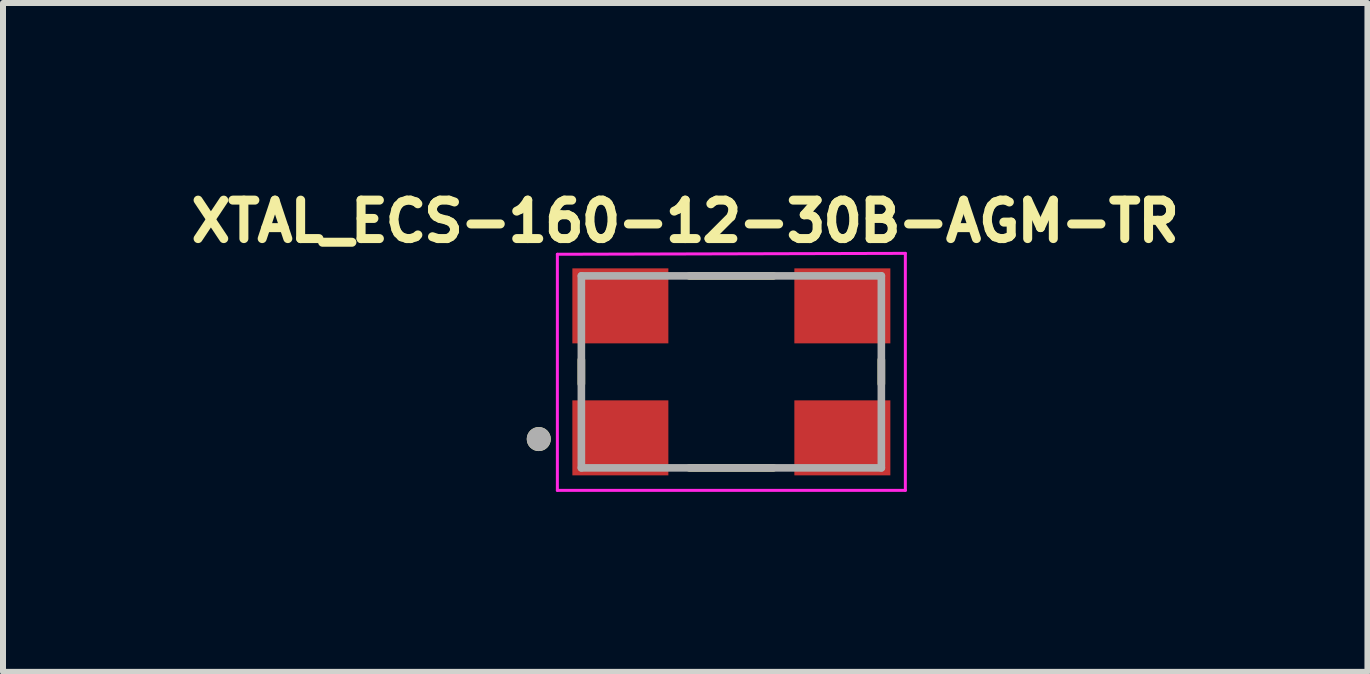
<source format=kicad_pcb>
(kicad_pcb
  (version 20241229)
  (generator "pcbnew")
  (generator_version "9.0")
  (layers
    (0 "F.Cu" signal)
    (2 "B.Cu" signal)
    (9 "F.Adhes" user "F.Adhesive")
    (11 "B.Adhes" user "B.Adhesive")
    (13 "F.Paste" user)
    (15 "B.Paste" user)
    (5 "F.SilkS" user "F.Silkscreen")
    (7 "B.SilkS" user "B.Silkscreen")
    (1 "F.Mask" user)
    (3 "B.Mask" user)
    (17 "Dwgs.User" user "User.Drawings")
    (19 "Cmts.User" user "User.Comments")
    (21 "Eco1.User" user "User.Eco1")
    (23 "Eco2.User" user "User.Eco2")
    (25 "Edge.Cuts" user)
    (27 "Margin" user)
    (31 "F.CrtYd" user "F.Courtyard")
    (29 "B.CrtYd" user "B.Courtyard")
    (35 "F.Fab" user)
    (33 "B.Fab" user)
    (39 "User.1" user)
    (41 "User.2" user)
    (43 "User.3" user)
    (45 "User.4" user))
  (footprint "XTAL_ECS-160-12-30B-AGM-TR"
    (layer "F.Cu")
    (at 9.14 3.148)
    (property "Reference" "XTAL_ECS-160-12-30B-AGM-TR" (at -0.769 -2.51 0) (layer "F.SilkS") (effects (font (size 0.641 0.641) (thickness 0.15))))
    (attr through_hole)
    (fp_line (start -2.5 0.2) (end -2.5 -0.2) (stroke (width 0.127) (type solid)) (layer "F.SilkS"))
    (fp_line (start -0.7 1.6) (end 0.7 1.6) (stroke (width 0.127) (type solid)) (layer "F.SilkS"))
    (fp_line (start 0.7 -1.6) (end -0.7 -1.6) (stroke (width 0.127) (type solid)) (layer "F.SilkS"))
    (fp_line (start 2.5 0.2) (end 2.5 -0.2) (stroke (width 0.127) (type solid)) (layer "F.SilkS"))
    (fp_circle (center -3.21 1.12) (end -3.11 1.12) (stroke (width 0.2) (type solid)) (fill no) (layer "F.SilkS"))
    (fp_line (start -2.9 -1.96) (end -2.9 1.975) (stroke (width 0.05) (type solid)) (layer "F.CrtYd"))
    (fp_line (start -2.9 1.975) (end 2.9 1.975) (stroke (width 0.05) (type solid)) (layer "F.CrtYd"))
    (fp_line (start 2.9 -1.975) (end -2.9 -1.96) (stroke (width 0.05) (type solid)) (layer "F.CrtYd"))
    (fp_line (start 2.9 1.975) (end 2.9 -1.975) (stroke (width 0.05) (type solid)) (layer "F.CrtYd"))
    (fp_line (start -2.5 -1.6) (end -2.5 1.6) (stroke (width 0.127) (type solid)) (layer "F.Fab"))
    (fp_line (start -2.5 1.6) (end 2.5 1.6) (stroke (width 0.127) (type solid)) (layer "F.Fab"))
    (fp_line (start 2.5 -1.6) (end -2.5 -1.6) (stroke (width 0.127) (type solid)) (layer "F.Fab"))
    (fp_line (start 2.5 1.6) (end 2.5 -1.6) (stroke (width 0.127) (type solid)) (layer "F.Fab"))
    (fp_circle (center -3.21 1.12) (end -3.11 1.12) (stroke (width 0.2) (type solid)) (fill no) (layer "F.Fab"))
    (pad "1" smd rect (at -1.85 1.1 180) (size 1.6 1.25) (layers "F.Cu" "F.Mask" "F.Paste"))
    (pad "2" smd rect (at 1.85 1.1 180) (size 1.6 1.25) (layers "F.Cu" "F.Mask" "F.Paste"))
    (pad "3" smd rect (at 1.85 -1.1 180) (size 1.6 1.25) (layers "F.Cu" "F.Mask" "F.Paste"))
    (pad "4" smd rect (at -1.85 -1.1 180) (size 1.6 1.25) (layers "F.Cu" "F.Mask" "F.Paste")))
  (gr_rect
    (start -3 -3)
    (end 19.742 8.148)
    (stroke (width 0.1) (type default))
    (fill no)
    (layer "Edge.Cuts")))
</source>
